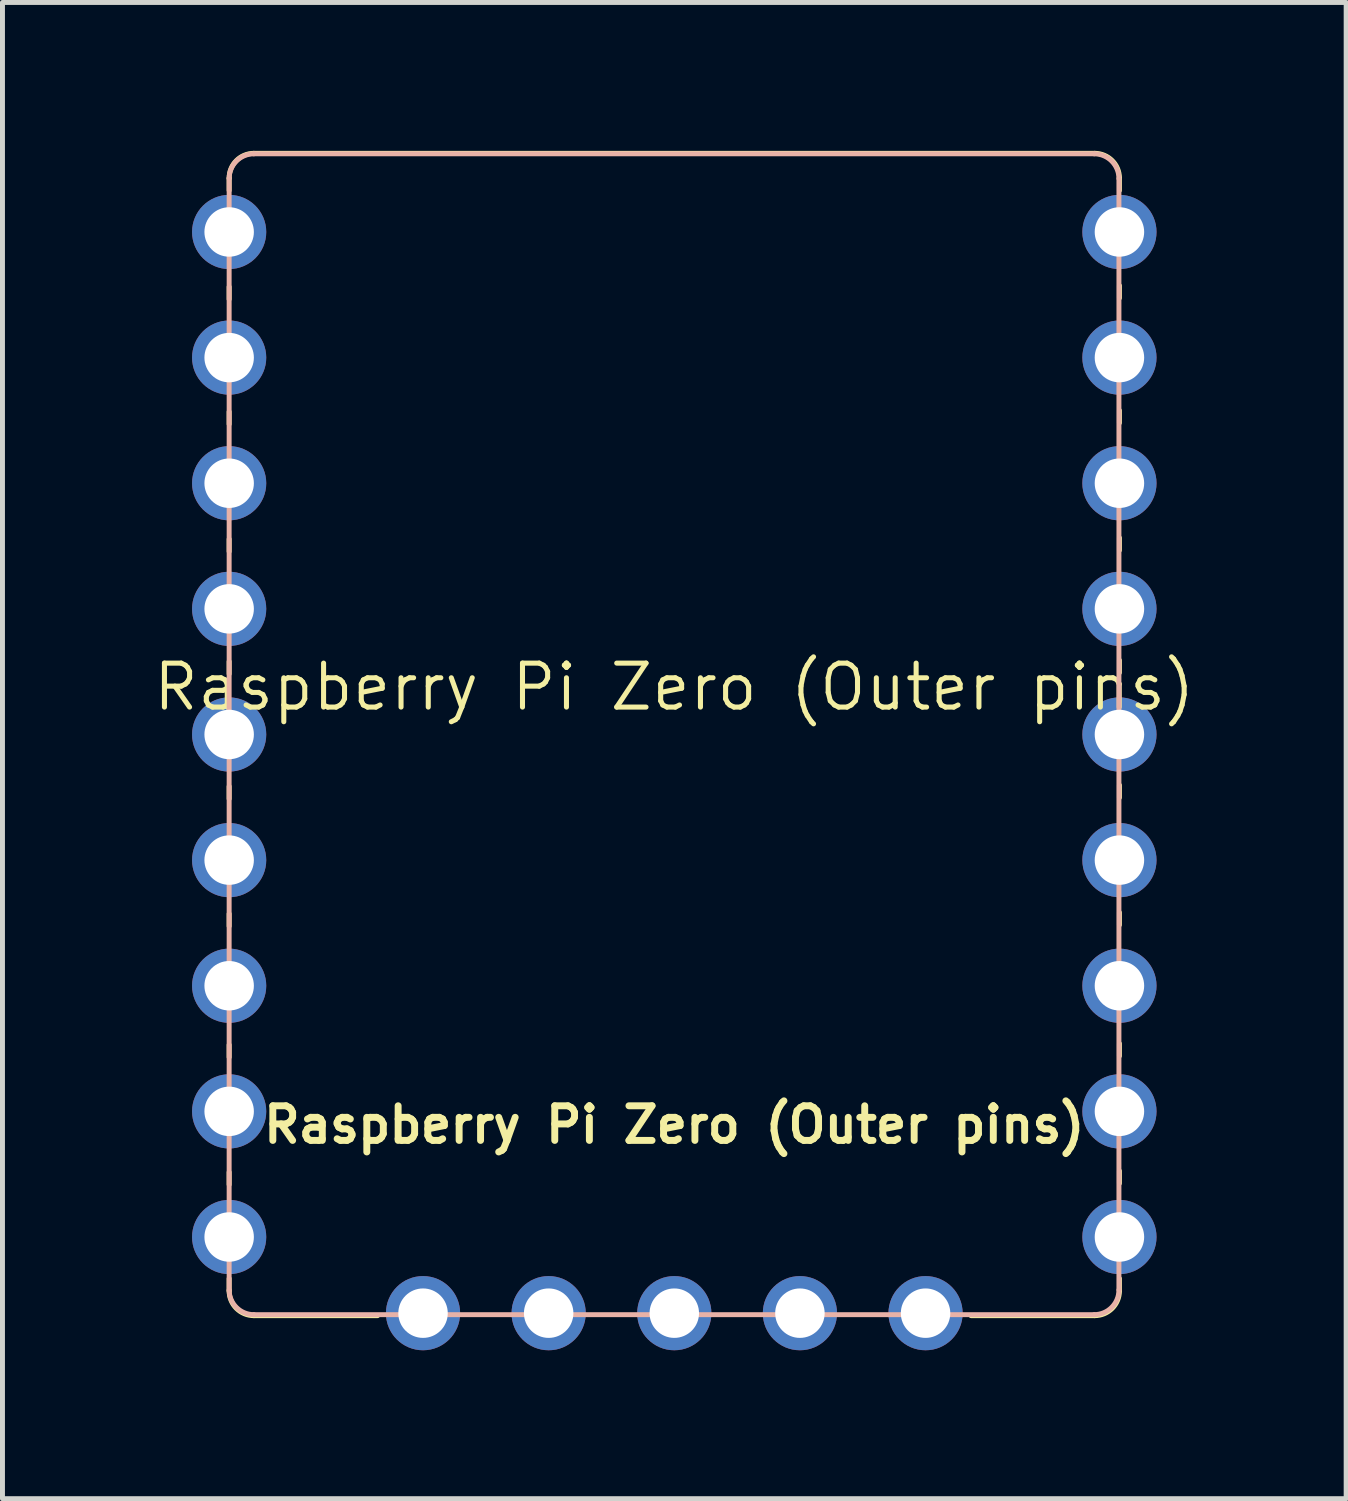
<source format=kicad_pcb>
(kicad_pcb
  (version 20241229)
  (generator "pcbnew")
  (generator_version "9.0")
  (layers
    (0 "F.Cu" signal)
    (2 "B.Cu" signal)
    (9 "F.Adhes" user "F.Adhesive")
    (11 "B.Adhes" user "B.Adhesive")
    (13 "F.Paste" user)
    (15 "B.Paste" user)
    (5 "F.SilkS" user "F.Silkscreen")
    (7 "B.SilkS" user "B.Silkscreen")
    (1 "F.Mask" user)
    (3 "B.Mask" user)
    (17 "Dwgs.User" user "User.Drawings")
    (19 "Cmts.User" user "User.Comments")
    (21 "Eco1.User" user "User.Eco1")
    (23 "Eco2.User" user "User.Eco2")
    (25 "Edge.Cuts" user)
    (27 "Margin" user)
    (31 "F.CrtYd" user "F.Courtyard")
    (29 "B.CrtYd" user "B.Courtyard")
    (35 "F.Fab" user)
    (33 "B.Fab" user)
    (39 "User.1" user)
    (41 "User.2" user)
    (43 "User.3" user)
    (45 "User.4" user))
  (footprint "Raspberry Pi Zero (Outer pins)"
    (layer "F.Cu")
    (at 10.583 11.8)
    (property "Reference" "Raspberry Pi Zero (Outer pins)" (at 0 -0.96 0) (layer "F.SilkS") (effects (font (size 0.889 0.889) (thickness 0.102))))
    (attr through_hole exclude_from_pos_files)
    (fp_line (start -9 -11.25) (end -9 -11) (stroke (width 0.1) (type default)) (layer "F.SilkS"))
    (fp_line (start -9 -9.05) (end -9 -8.8) (stroke (width 0.1) (type default)) (layer "F.SilkS"))
    (fp_line (start -9 -6.525) (end -9 -6.275) (stroke (width 0.1) (type default)) (layer "F.SilkS"))
    (fp_line (start -9 -3.95) (end -9 -3.7) (stroke (width 0.1) (type default)) (layer "F.SilkS"))
    (fp_line (start -9 -1.475) (end -9 -1.225) (stroke (width 0.1) (type default)) (layer "F.SilkS"))
    (fp_line (start -9 1.05) (end -9 1.3) (stroke (width 0.1) (type default)) (layer "F.SilkS"))
    (fp_line (start -9 3.625) (end -9 3.875) (stroke (width 0.1) (type default)) (layer "F.SilkS"))
    (fp_line (start -9 6.275) (end -9 6.525) (stroke (width 0.1) (type default)) (layer "F.SilkS"))
    (fp_line (start -9 8.85) (end -9 9.1) (stroke (width 0.1) (type default)) (layer "F.SilkS"))
    (fp_line (start -9 11.25) (end -9 11) (stroke (width 0.1) (type default)) (layer "F.SilkS"))
    (fp_line (start -8.5 -11.75) (end 8.5 -11.75) (stroke (width 0.1) (type default)) (layer "F.SilkS"))
    (fp_line (start -8.5 11.75) (end -6 11.75) (stroke (width 0.1) (type default)) (layer "F.SilkS"))
    (fp_line (start 8.5 11.75) (end 6 11.75) (stroke (width 0.1) (type default)) (layer "F.SilkS"))
    (fp_line (start 9 -11.25) (end 9 -11) (stroke (width 0.1) (type default)) (layer "F.SilkS"))
    (fp_line (start 9 -9.075) (end 9 -8.825) (stroke (width 0.1) (type default)) (layer "F.SilkS"))
    (fp_line (start 9 -6.55) (end 9 -6.3) (stroke (width 0.1) (type default)) (layer "F.SilkS"))
    (fp_line (start 9 -3.975) (end 9 -3.725) (stroke (width 0.1) (type default)) (layer "F.SilkS"))
    (fp_line (start 9 -1.5) (end 9 -1.25) (stroke (width 0.1) (type default)) (layer "F.SilkS"))
    (fp_line (start 9 1.025) (end 9 1.275) (stroke (width 0.1) (type default)) (layer "F.SilkS"))
    (fp_line (start 9 3.6) (end 9 3.85) (stroke (width 0.1) (type default)) (layer "F.SilkS"))
    (fp_line (start 9 6.25) (end 9 6.5) (stroke (width 0.1) (type default)) (layer "F.SilkS"))
    (fp_line (start 9 8.825) (end 9 9.075) (stroke (width 0.1) (type default)) (layer "F.SilkS"))
    (fp_line (start 9 11.25) (end 9 11) (stroke (width 0.1) (type default)) (layer "F.SilkS"))
    (fp_arc (start -9 -11.25) (mid -8.853553 -11.603553) (end -8.5 -11.75) (stroke (width 0.1) (type default)) (layer "F.SilkS"))
    (fp_arc (start -8.5 11.75) (mid -8.853553 11.603553) (end -9 11.25) (stroke (width 0.1) (type default)) (layer "F.SilkS"))
    (fp_arc (start 8.5 -11.75) (mid 8.853553 -11.603553) (end 9 -11.25) (stroke (width 0.1) (type default)) (layer "F.SilkS"))
    (fp_arc (start 9 11.25) (mid 8.853553 11.603553) (end 8.5 11.75) (stroke (width 0.1) (type default)) (layer "F.SilkS"))
    (fp_line (start -9 11.23) (end -9 -11.24) (stroke (width 0.1) (type default)) (layer "B.SilkS"))
    (fp_line (start -8.5 -11.74) (end 8.49 -11.74) (stroke (width 0.1) (type default)) (layer "B.SilkS"))
    (fp_line (start 8.49 11.73) (end -8.5 11.73) (stroke (width 0.1) (type default)) (layer "B.SilkS"))
    (fp_line (start 8.99 -11.24) (end 8.99 11.23) (stroke (width 0.1) (type default)) (layer "B.SilkS"))
    (fp_arc (start -9 -11.24) (mid -8.853553 -11.593553) (end -8.5 -11.74) (stroke (width 0.1) (type default)) (layer "B.SilkS"))
    (fp_arc (start -8.5 11.73) (mid -8.853553 11.583553) (end -9 11.23) (stroke (width 0.1) (type default)) (layer "B.SilkS"))
    (fp_arc (start 8.49 -11.74) (mid 8.843553 -11.593553) (end 8.99 -11.24) (stroke (width 0.1) (type default)) (layer "B.SilkS"))
    (fp_arc (start 8.99 11.23) (mid 8.843553 11.583553) (end 8.49 11.73) (stroke (width 0.1) (type default)) (layer "B.SilkS"))
    (fp_text user "${REFERENCE}" (at 0 8.3 0) (unlocked yes) (layer "F.SilkS") (effects (font (size 0.7 0.7) (thickness 0.14) (bold yes)) (justify bottom)))
    (pad "1" thru_hole oval (at 9 -10.16) (size 1.5 1.5) (drill 1) (layers "*.Cu" "*.Mask"))
    (pad "2" thru_hole oval (at 9 -7.62) (size 1.5 1.5) (drill 1) (layers "*.Cu" "*.Mask"))
    (pad "3" thru_hole oval (at 9 -5.08) (size 1.5 1.5) (drill 1) (layers "*.Cu" "*.Mask"))
    (pad "4" thru_hole oval (at 9 -2.54) (size 1.5 1.5) (drill 1) (layers "*.Cu" "*.Mask"))
    (pad "5" thru_hole oval (at 9 0) (size 1.5 1.5) (drill 1) (layers "*.Cu" "*.Mask"))
    (pad "6" thru_hole oval (at 9 2.54) (size 1.5 1.5) (drill 1) (layers "*.Cu" "*.Mask"))
    (pad "7" thru_hole oval (at 9 5.08) (size 1.5 1.5) (drill 1) (layers "*.Cu" "*.Mask"))
    (pad "8" thru_hole oval (at 9 7.62) (size 1.5 1.5) (drill 1) (layers "*.Cu" "*.Mask"))
    (pad "9" thru_hole oval (at 9 10.16) (size 1.5 1.5) (drill 1) (layers "*.Cu" "*.Mask"))
    (pad "10" thru_hole oval (at 5.08 11.7) (size 1.5 1.5) (drill 1) (layers "*.Cu" "*.Mask"))
    (pad "11" thru_hole oval (at 2.54 11.7) (size 1.5 1.5) (drill 1) (layers "*.Cu" "*.Mask"))
    (pad "12" thru_hole oval (at 0 11.7) (size 1.5 1.5) (drill 1) (layers "*.Cu" "*.Mask"))
    (pad "13" thru_hole oval (at -2.54 11.7) (size 1.5 1.5) (drill 1) (layers "*.Cu" "*.Mask"))
    (pad "14" thru_hole oval (at -5.08 11.7) (size 1.5 1.5) (drill 1) (layers "*.Cu" "*.Mask"))
    (pad "15" thru_hole oval (at -9 10.16) (size 1.5 1.5) (drill 1) (layers "*.Cu" "*.Mask"))
    (pad "16" thru_hole oval (at -9 7.62) (size 1.5 1.5) (drill 1) (layers "*.Cu" "*.Mask"))
    (pad "17" thru_hole oval (at -9 5.08) (size 1.5 1.5) (drill 1) (layers "*.Cu" "*.Mask"))
    (pad "18" thru_hole oval (at -9 2.54) (size 1.5 1.5) (drill 1) (layers "*.Cu" "*.Mask"))
    (pad "19" thru_hole oval (at -9 0) (size 1.5 1.5) (drill 1) (layers "*.Cu" "*.Mask"))
    (pad "20" thru_hole oval (at -9 -2.54) (size 1.5 1.5) (drill 1) (layers "*.Cu" "*.Mask"))
    (pad "21" thru_hole oval (at -9 -5.08) (size 1.5 1.5) (drill 1) (layers "*.Cu" "*.Mask"))
    (pad "22" thru_hole oval (at -9 -7.62) (size 1.5 1.5) (drill 1) (layers "*.Cu" "*.Mask"))
    (pad "23" thru_hole oval (at -9 -10.16) (size 1.5 1.5) (drill 1) (layers "*.Cu" "*.Mask")))
  (gr_rect
    (start -3 -3)
    (end 24.167 27.25)
    (stroke (width 0.1) (type default))
    (fill no)
    (layer "Edge.Cuts")))
</source>
